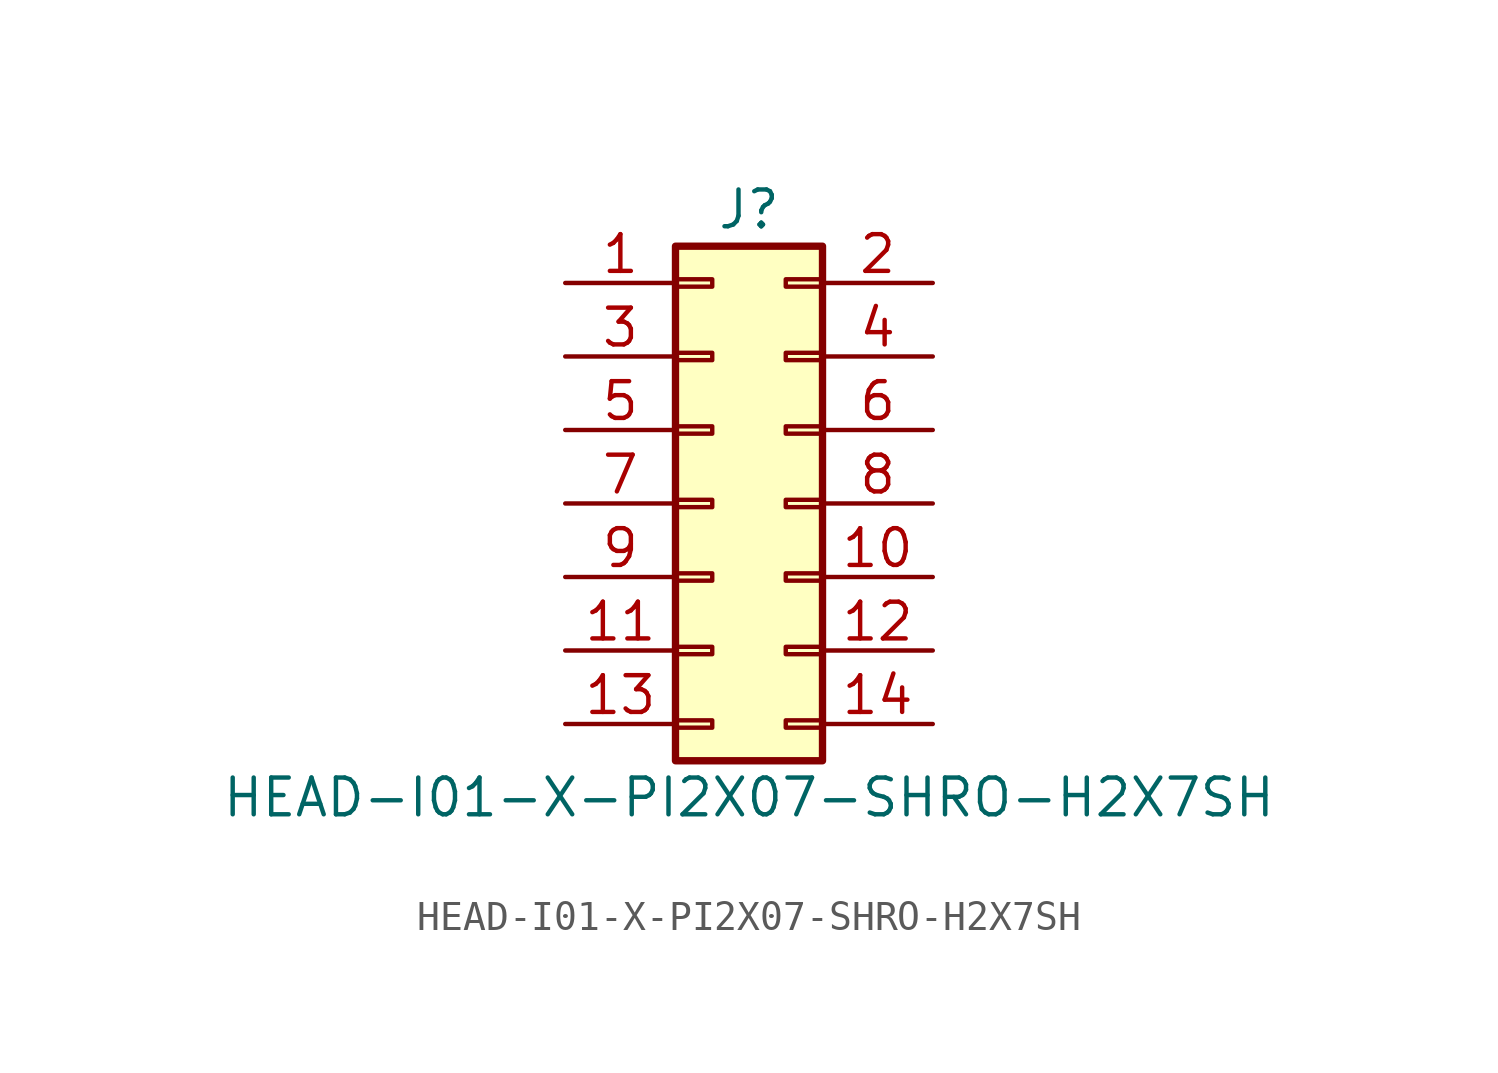
<source format=kicad_sym>
(kicad_symbol_lib
  (version 20211014)
  (generator kicad_symbol_editor)
  (symbol "HEAD-I01-X-PI2X07-SHRO-H2X7SH"
    (pin_names
      (offset 1.016) hide)
    (property "Reference" "J"
      (at 1.27 10.16 0)
      (effects (font (size 1.27 1.27))))
    (property "Value" "HEAD-I01-X-PI2X07-SHRO-H2X7SH"
      (at 1.27 -10.16 0)
      (effects (font (size 1.27 1.27))))
    (symbol "HEAD-I01-X-PI2X07-SHRO-H2X7SH_1_1"
      (rectangle (start -1.27 -7.493) (end 0 -7.747) (stroke (width 0.152) (type default) (color 0 0 0 0)) (fill (type none)))
      (rectangle (start -1.27 -4.953) (end 0 -5.207) (stroke (width 0.152) (type default) (color 0 0 0 0)) (fill (type none)))
      (rectangle (start -1.27 -2.413) (end 0 -2.667) (stroke (width 0.152) (type default) (color 0 0 0 0)) (fill (type none)))
      (rectangle (start -1.27 0.127) (end 0 -0.127) (stroke (width 0.152) (type default) (color 0 0 0 0)) (fill (type none)))
      (rectangle (start -1.27 2.667) (end 0 2.413) (stroke (width 0.152) (type default) (color 0 0 0 0)) (fill (type none)))
      (rectangle (start -1.27 5.207) (end 0 4.953) (stroke (width 0.152) (type default) (color 0 0 0 0)) (fill (type none)))
      (rectangle (start -1.27 7.747) (end 0 7.493) (stroke (width 0.152) (type default) (color 0 0 0 0)) (fill (type none)))
      (rectangle (start -1.27 8.89) (end 3.81 -8.89) (stroke (width 0.254) (type default) (color 0 0 0 0)) (fill (type background)))
      (rectangle (start 3.81 -7.493) (end 2.54 -7.747) (stroke (width 0.152) (type default) (color 0 0 0 0)) (fill (type none)))
      (rectangle (start 3.81 -4.953) (end 2.54 -5.207) (stroke (width 0.152) (type default) (color 0 0 0 0)) (fill (type none)))
      (rectangle (start 3.81 -2.413) (end 2.54 -2.667) (stroke (width 0.152) (type default) (color 0 0 0 0)) (fill (type none)))
      (rectangle (start 3.81 0.127) (end 2.54 -0.127) (stroke (width 0.152) (type default) (color 0 0 0 0)) (fill (type none)))
      (rectangle (start 3.81 2.667) (end 2.54 2.413) (stroke (width 0.152) (type default) (color 0 0 0 0)) (fill (type none)))
      (rectangle (start 3.81 5.207) (end 2.54 4.953) (stroke (width 0.152) (type default) (color 0 0 0 0)) (fill (type none)))
      (rectangle (start 3.81 7.747) (end 2.54 7.493) (stroke (width 0.152) (type default) (color 0 0 0 0)) (fill (type none)))
      (pin passive line (at -5.08 7.62 0) (length 3.81) (name "Pin_1" (effects (font (size 1.27 1.27)))) (number "1" (effects (font (size 1.27 1.27)))))
      (pin passive line (at 7.62 -2.54 180) (length 3.81) (name "Pin_10" (effects (font (size 1.27 1.27)))) (number "10" (effects (font (size 1.27 1.27)))))
      (pin passive line (at -5.08 -5.08 0) (length 3.81) (name "Pin_11" (effects (font (size 1.27 1.27)))) (number "11" (effects (font (size 1.27 1.27)))))
      (pin passive line (at 7.62 -5.08 180) (length 3.81) (name "Pin_12" (effects (font (size 1.27 1.27)))) (number "12" (effects (font (size 1.27 1.27)))))
      (pin passive line (at -5.08 -7.62 0) (length 3.81) (name "Pin_13" (effects (font (size 1.27 1.27)))) (number "13" (effects (font (size 1.27 1.27)))))
      (pin passive line (at 7.62 -7.62 180) (length 3.81) (name "Pin_14" (effects (font (size 1.27 1.27)))) (number "14" (effects (font (size 1.27 1.27)))))
      (pin passive line (at 7.62 7.62 180) (length 3.81) (name "Pin_2" (effects (font (size 1.27 1.27)))) (number "2" (effects (font (size 1.27 1.27)))))
      (pin passive line (at -5.08 5.08 0) (length 3.81) (name "Pin_3" (effects (font (size 1.27 1.27)))) (number "3" (effects (font (size 1.27 1.27)))))
      (pin passive line (at 7.62 5.08 180) (length 3.81) (name "Pin_4" (effects (font (size 1.27 1.27)))) (number "4" (effects (font (size 1.27 1.27)))))
      (pin passive line (at -5.08 2.54 0) (length 3.81) (name "Pin_5" (effects (font (size 1.27 1.27)))) (number "5" (effects (font (size 1.27 1.27)))))
      (pin passive line (at 7.62 2.54 180) (length 3.81) (name "Pin_6" (effects (font (size 1.27 1.27)))) (number "6" (effects (font (size 1.27 1.27)))))
      (pin passive line (at -5.08 0 0) (length 3.81) (name "Pin_7" (effects (font (size 1.27 1.27)))) (number "7" (effects (font (size 1.27 1.27)))))
      (pin passive line (at 7.62 0 180) (length 3.81) (name "Pin_8" (effects (font (size 1.27 1.27)))) (number "8" (effects (font (size 1.27 1.27)))))
      (pin passive line (at -5.08 -2.54 0) (length 3.81) (name "Pin_9" (effects (font (size 1.27 1.27)))) (number "9" (effects (font (size 1.27 1.27))))))))
</source>
